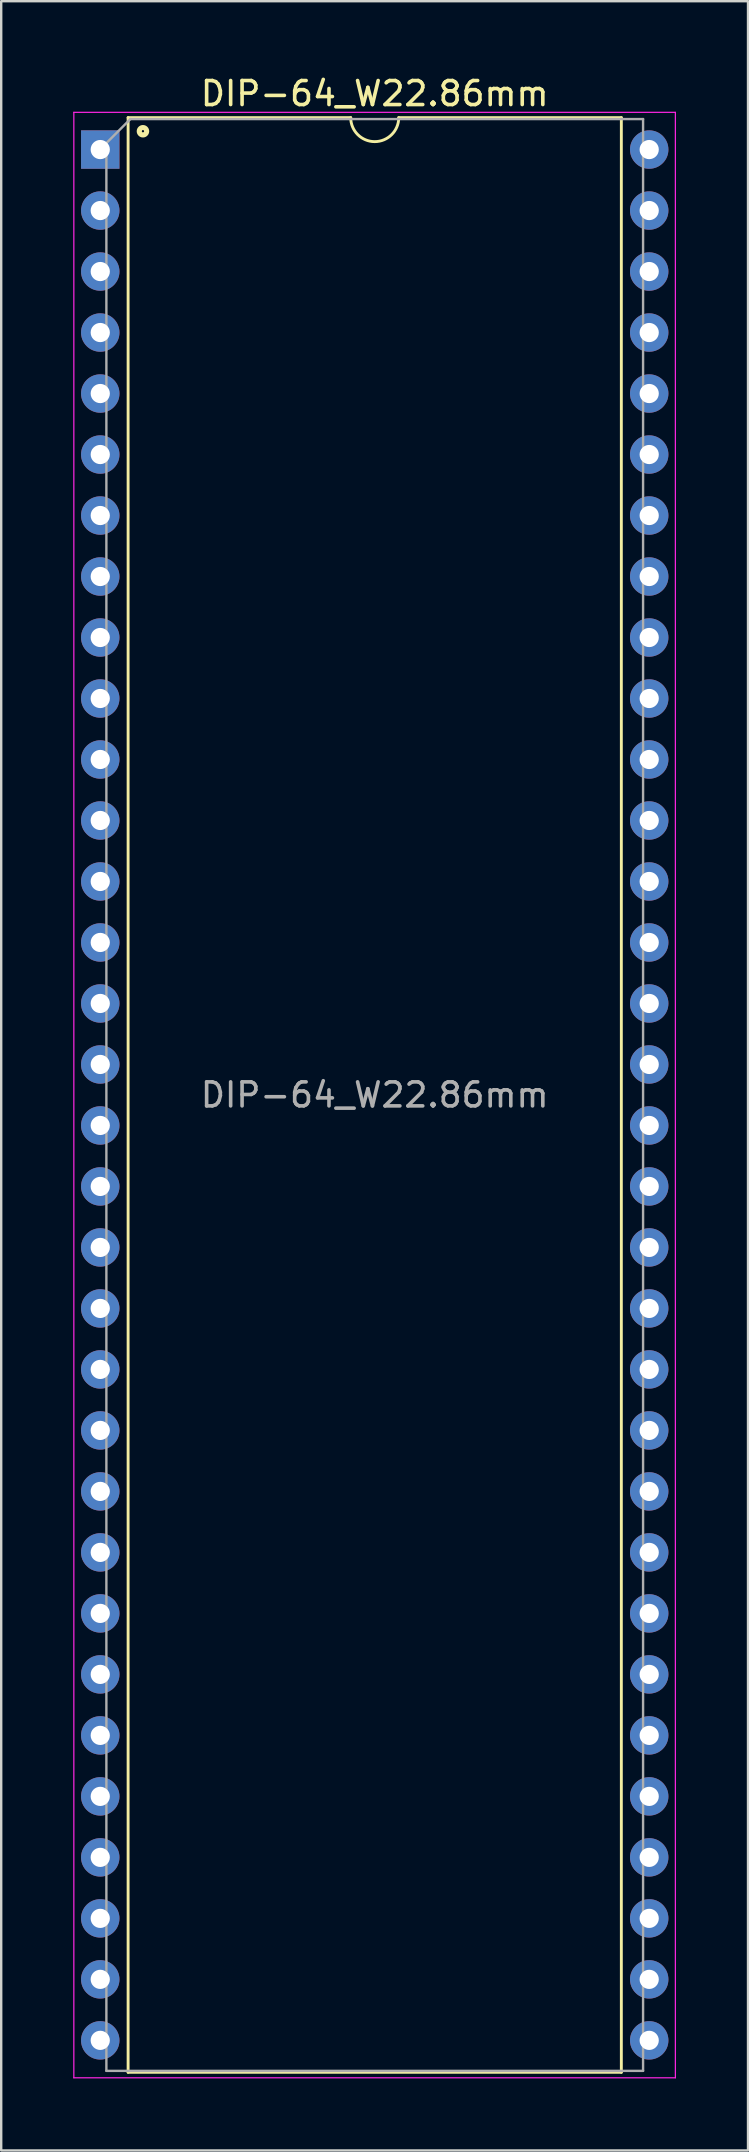
<source format=kicad_pcb>
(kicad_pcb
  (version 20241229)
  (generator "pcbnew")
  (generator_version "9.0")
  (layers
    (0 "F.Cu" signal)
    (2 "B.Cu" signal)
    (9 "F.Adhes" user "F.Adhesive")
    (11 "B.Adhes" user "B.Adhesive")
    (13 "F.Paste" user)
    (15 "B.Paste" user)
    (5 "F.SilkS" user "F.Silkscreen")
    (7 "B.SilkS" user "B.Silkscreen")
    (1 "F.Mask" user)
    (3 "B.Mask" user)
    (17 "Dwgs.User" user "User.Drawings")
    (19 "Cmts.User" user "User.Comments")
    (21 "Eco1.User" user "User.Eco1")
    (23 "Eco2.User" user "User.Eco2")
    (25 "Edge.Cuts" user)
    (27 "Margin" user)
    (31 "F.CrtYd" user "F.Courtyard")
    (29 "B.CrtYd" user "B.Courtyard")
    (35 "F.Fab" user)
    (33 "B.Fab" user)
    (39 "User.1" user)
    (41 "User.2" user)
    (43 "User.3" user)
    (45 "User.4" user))
  (footprint "DIP-64_W22.86mm"
    (layer "F.Cu")
    (at 1.125 3.178)
    (property "Reference" "DIP-64_W22.86mm" (at 11.43 -2.33 0) (layer "F.SilkS") (effects (font (size 1 1) (thickness 0.15))))
    (attr through_hole)
    (fp_line (start 1.16 -1.33) (end 1.16 80.07) (stroke (width 0.12) (type solid)) (layer "F.SilkS"))
    (fp_line (start 1.16 80.07) (end 21.7 80.07) (stroke (width 0.12) (type solid)) (layer "F.SilkS"))
    (fp_line (start 10.43 -1.33) (end 1.16 -1.33) (stroke (width 0.12) (type solid)) (layer "F.SilkS"))
    (fp_line (start 21.7 -1.33) (end 12.43 -1.33) (stroke (width 0.12) (type solid)) (layer "F.SilkS"))
    (fp_line (start 21.7 80.07) (end 21.7 -1.33) (stroke (width 0.12) (type solid)) (layer "F.SilkS"))
    (fp_arc (start 12.43 -1.33) (mid 11.43 -0.33) (end 10.43 -1.33) (stroke (width 0.12) (type solid)) (layer "F.SilkS"))
    (fp_circle (center 1.778 -0.762) (end 1.828 -0.762) (stroke (width 0.12) (type solid)) (fill no) (layer "F.SilkS"))
    (fp_circle (center 1.778 -0.762) (end 1.903 -0.762) (stroke (width 0.12) (type solid)) (fill no) (layer "F.SilkS"))
    (fp_circle (center 1.778 -0.762) (end 1.978 -0.762) (stroke (width 0.12) (type solid)) (fill no) (layer "F.SilkS"))
    (fp_line (start -1.1 -1.55) (end -1.1 80.3) (stroke (width 0.05) (type solid)) (layer "F.CrtYd"))
    (fp_line (start -1.1 80.3) (end 23.95 80.3) (stroke (width 0.05) (type solid)) (layer "F.CrtYd"))
    (fp_line (start 23.95 -1.55) (end -1.1 -1.55) (stroke (width 0.05) (type solid)) (layer "F.CrtYd"))
    (fp_line (start 23.95 80.3) (end 23.95 -1.55) (stroke (width 0.05) (type solid)) (layer "F.CrtYd"))
    (fp_line (start 0.255 -0.27) (end 1.255 -1.27) (stroke (width 0.1) (type solid)) (layer "F.Fab"))
    (fp_line (start 0.255 80.01) (end 0.255 -0.27) (stroke (width 0.1) (type solid)) (layer "F.Fab"))
    (fp_line (start 1.255 -1.27) (end 22.605 -1.27) (stroke (width 0.1) (type solid)) (layer "F.Fab"))
    (fp_line (start 22.605 -1.27) (end 22.605 80.01) (stroke (width 0.1) (type solid)) (layer "F.Fab"))
    (fp_line (start 22.605 80.01) (end 0.255 80.01) (stroke (width 0.1) (type solid)) (layer "F.Fab"))
    (fp_text user "${REFERENCE}" (at 11.43 39.37 0) (layer "F.Fab") (effects (font (size 1 1) (thickness 0.15))))
    (pad "1" thru_hole rect (at 0 0) (size 1.6 1.6) (drill 0.8) (layers "*.Cu" "*.Mask"))
    (pad "2" thru_hole oval (at 0 2.54) (size 1.6 1.6) (drill 0.8) (layers "*.Cu" "*.Mask"))
    (pad "3" thru_hole oval (at 0 5.08) (size 1.6 1.6) (drill 0.8) (layers "*.Cu" "*.Mask"))
    (pad "4" thru_hole oval (at 0 7.62) (size 1.6 1.6) (drill 0.8) (layers "*.Cu" "*.Mask"))
    (pad "5" thru_hole oval (at 0 10.16) (size 1.6 1.6) (drill 0.8) (layers "*.Cu" "*.Mask"))
    (pad "6" thru_hole oval (at 0 12.7) (size 1.6 1.6) (drill 0.8) (layers "*.Cu" "*.Mask"))
    (pad "7" thru_hole oval (at 0 15.24) (size 1.6 1.6) (drill 0.8) (layers "*.Cu" "*.Mask"))
    (pad "8" thru_hole oval (at 0 17.78) (size 1.6 1.6) (drill 0.8) (layers "*.Cu" "*.Mask"))
    (pad "9" thru_hole oval (at 0 20.32) (size 1.6 1.6) (drill 0.8) (layers "*.Cu" "*.Mask"))
    (pad "10" thru_hole oval (at 0 22.86) (size 1.6 1.6) (drill 0.8) (layers "*.Cu" "*.Mask"))
    (pad "11" thru_hole oval (at 0 25.4) (size 1.6 1.6) (drill 0.8) (layers "*.Cu" "*.Mask"))
    (pad "12" thru_hole oval (at 0 27.94) (size 1.6 1.6) (drill 0.8) (layers "*.Cu" "*.Mask"))
    (pad "13" thru_hole oval (at 0 30.48) (size 1.6 1.6) (drill 0.8) (layers "*.Cu" "*.Mask"))
    (pad "14" thru_hole oval (at 0 33.02) (size 1.6 1.6) (drill 0.8) (layers "*.Cu" "*.Mask"))
    (pad "15" thru_hole oval (at 0 35.56) (size 1.6 1.6) (drill 0.8) (layers "*.Cu" "*.Mask"))
    (pad "16" thru_hole oval (at 0 38.1) (size 1.6 1.6) (drill 0.8) (layers "*.Cu" "*.Mask"))
    (pad "17" thru_hole oval (at 0 40.64) (size 1.6 1.6) (drill 0.8) (layers "*.Cu" "*.Mask"))
    (pad "18" thru_hole oval (at 0 43.18) (size 1.6 1.6) (drill 0.8) (layers "*.Cu" "*.Mask"))
    (pad "19" thru_hole oval (at 0 45.72) (size 1.6 1.6) (drill 0.8) (layers "*.Cu" "*.Mask"))
    (pad "20" thru_hole oval (at 0 48.26) (size 1.6 1.6) (drill 0.8) (layers "*.Cu" "*.Mask"))
    (pad "21" thru_hole oval (at 0 50.8) (size 1.6 1.6) (drill 0.8) (layers "*.Cu" "*.Mask"))
    (pad "22" thru_hole oval (at 0 53.34) (size 1.6 1.6) (drill 0.8) (layers "*.Cu" "*.Mask"))
    (pad "23" thru_hole oval (at 0 55.88) (size 1.6 1.6) (drill 0.8) (layers "*.Cu" "*.Mask"))
    (pad "24" thru_hole oval (at 0 58.42) (size 1.6 1.6) (drill 0.8) (layers "*.Cu" "*.Mask"))
    (pad "25" thru_hole oval (at 0 60.96) (size 1.6 1.6) (drill 0.8) (layers "*.Cu" "*.Mask"))
    (pad "26" thru_hole oval (at 0 63.5) (size 1.6 1.6) (drill 0.8) (layers "*.Cu" "*.Mask"))
    (pad "27" thru_hole oval (at 0 66.04) (size 1.6 1.6) (drill 0.8) (layers "*.Cu" "*.Mask"))
    (pad "28" thru_hole oval (at 0 68.58) (size 1.6 1.6) (drill 0.8) (layers "*.Cu" "*.Mask"))
    (pad "29" thru_hole oval (at 0 71.12) (size 1.6 1.6) (drill 0.8) (layers "*.Cu" "*.Mask"))
    (pad "30" thru_hole oval (at 0 73.66) (size 1.6 1.6) (drill 0.8) (layers "*.Cu" "*.Mask"))
    (pad "31" thru_hole oval (at 0 76.2) (size 1.6 1.6) (drill 0.8) (layers "*.Cu" "*.Mask"))
    (pad "32" thru_hole oval (at 0 78.74) (size 1.6 1.6) (drill 0.8) (layers "*.Cu" "*.Mask"))
    (pad "33" thru_hole oval (at 22.86 78.74) (size 1.6 1.6) (drill 0.8) (layers "*.Cu" "*.Mask"))
    (pad "34" thru_hole oval (at 22.86 76.2) (size 1.6 1.6) (drill 0.8) (layers "*.Cu" "*.Mask"))
    (pad "35" thru_hole oval (at 22.86 73.66) (size 1.6 1.6) (drill 0.8) (layers "*.Cu" "*.Mask"))
    (pad "36" thru_hole oval (at 22.86 71.12) (size 1.6 1.6) (drill 0.8) (layers "*.Cu" "*.Mask"))
    (pad "37" thru_hole oval (at 22.86 68.58) (size 1.6 1.6) (drill 0.8) (layers "*.Cu" "*.Mask"))
    (pad "38" thru_hole oval (at 22.86 66.04) (size 1.6 1.6) (drill 0.8) (layers "*.Cu" "*.Mask"))
    (pad "39" thru_hole oval (at 22.86 63.5) (size 1.6 1.6) (drill 0.8) (layers "*.Cu" "*.Mask"))
    (pad "40" thru_hole oval (at 22.86 60.96) (size 1.6 1.6) (drill 0.8) (layers "*.Cu" "*.Mask"))
    (pad "41" thru_hole oval (at 22.86 58.42) (size 1.6 1.6) (drill 0.8) (layers "*.Cu" "*.Mask"))
    (pad "42" thru_hole oval (at 22.86 55.88) (size 1.6 1.6) (drill 0.8) (layers "*.Cu" "*.Mask"))
    (pad "43" thru_hole oval (at 22.86 53.34) (size 1.6 1.6) (drill 0.8) (layers "*.Cu" "*.Mask"))
    (pad "44" thru_hole oval (at 22.86 50.8) (size 1.6 1.6) (drill 0.8) (layers "*.Cu" "*.Mask"))
    (pad "45" thru_hole oval (at 22.86 48.26) (size 1.6 1.6) (drill 0.8) (layers "*.Cu" "*.Mask"))
    (pad "46" thru_hole oval (at 22.86 45.72) (size 1.6 1.6) (drill 0.8) (layers "*.Cu" "*.Mask"))
    (pad "47" thru_hole oval (at 22.86 43.18) (size 1.6 1.6) (drill 0.8) (layers "*.Cu" "*.Mask"))
    (pad "48" thru_hole oval (at 22.86 40.64) (size 1.6 1.6) (drill 0.8) (layers "*.Cu" "*.Mask"))
    (pad "49" thru_hole oval (at 22.86 38.1) (size 1.6 1.6) (drill 0.8) (layers "*.Cu" "*.Mask"))
    (pad "50" thru_hole oval (at 22.86 35.56) (size 1.6 1.6) (drill 0.8) (layers "*.Cu" "*.Mask"))
    (pad "51" thru_hole oval (at 22.86 33.02) (size 1.6 1.6) (drill 0.8) (layers "*.Cu" "*.Mask"))
    (pad "52" thru_hole oval (at 22.86 30.48) (size 1.6 1.6) (drill 0.8) (layers "*.Cu" "*.Mask"))
    (pad "53" thru_hole oval (at 22.86 27.94) (size 1.6 1.6) (drill 0.8) (layers "*.Cu" "*.Mask"))
    (pad "54" thru_hole oval (at 22.86 25.4) (size 1.6 1.6) (drill 0.8) (layers "*.Cu" "*.Mask"))
    (pad "55" thru_hole oval (at 22.86 22.86) (size 1.6 1.6) (drill 0.8) (layers "*.Cu" "*.Mask"))
    (pad "56" thru_hole oval (at 22.86 20.32) (size 1.6 1.6) (drill 0.8) (layers "*.Cu" "*.Mask"))
    (pad "57" thru_hole oval (at 22.86 17.78) (size 1.6 1.6) (drill 0.8) (layers "*.Cu" "*.Mask"))
    (pad "58" thru_hole oval (at 22.86 15.24) (size 1.6 1.6) (drill 0.8) (layers "*.Cu" "*.Mask"))
    (pad "59" thru_hole oval (at 22.86 12.7) (size 1.6 1.6) (drill 0.8) (layers "*.Cu" "*.Mask"))
    (pad "60" thru_hole oval (at 22.86 10.16) (size 1.6 1.6) (drill 0.8) (layers "*.Cu" "*.Mask"))
    (pad "61" thru_hole oval (at 22.86 7.62) (size 1.6 1.6) (drill 0.8) (layers "*.Cu" "*.Mask"))
    (pad "62" thru_hole oval (at 22.86 5.08) (size 1.6 1.6) (drill 0.8) (layers "*.Cu" "*.Mask"))
    (pad "63" thru_hole oval (at 22.86 2.54) (size 1.6 1.6) (drill 0.8) (layers "*.Cu" "*.Mask"))
    (pad "64" thru_hole oval (at 22.86 0) (size 1.6 1.6) (drill 0.8) (layers "*.Cu" "*.Mask")))
  (gr_rect
    (start -3 -3)
    (end 28.1 86.503)
    (stroke (width 0.1) (type default))
    (fill no)
    (layer "Edge.Cuts")))
</source>
